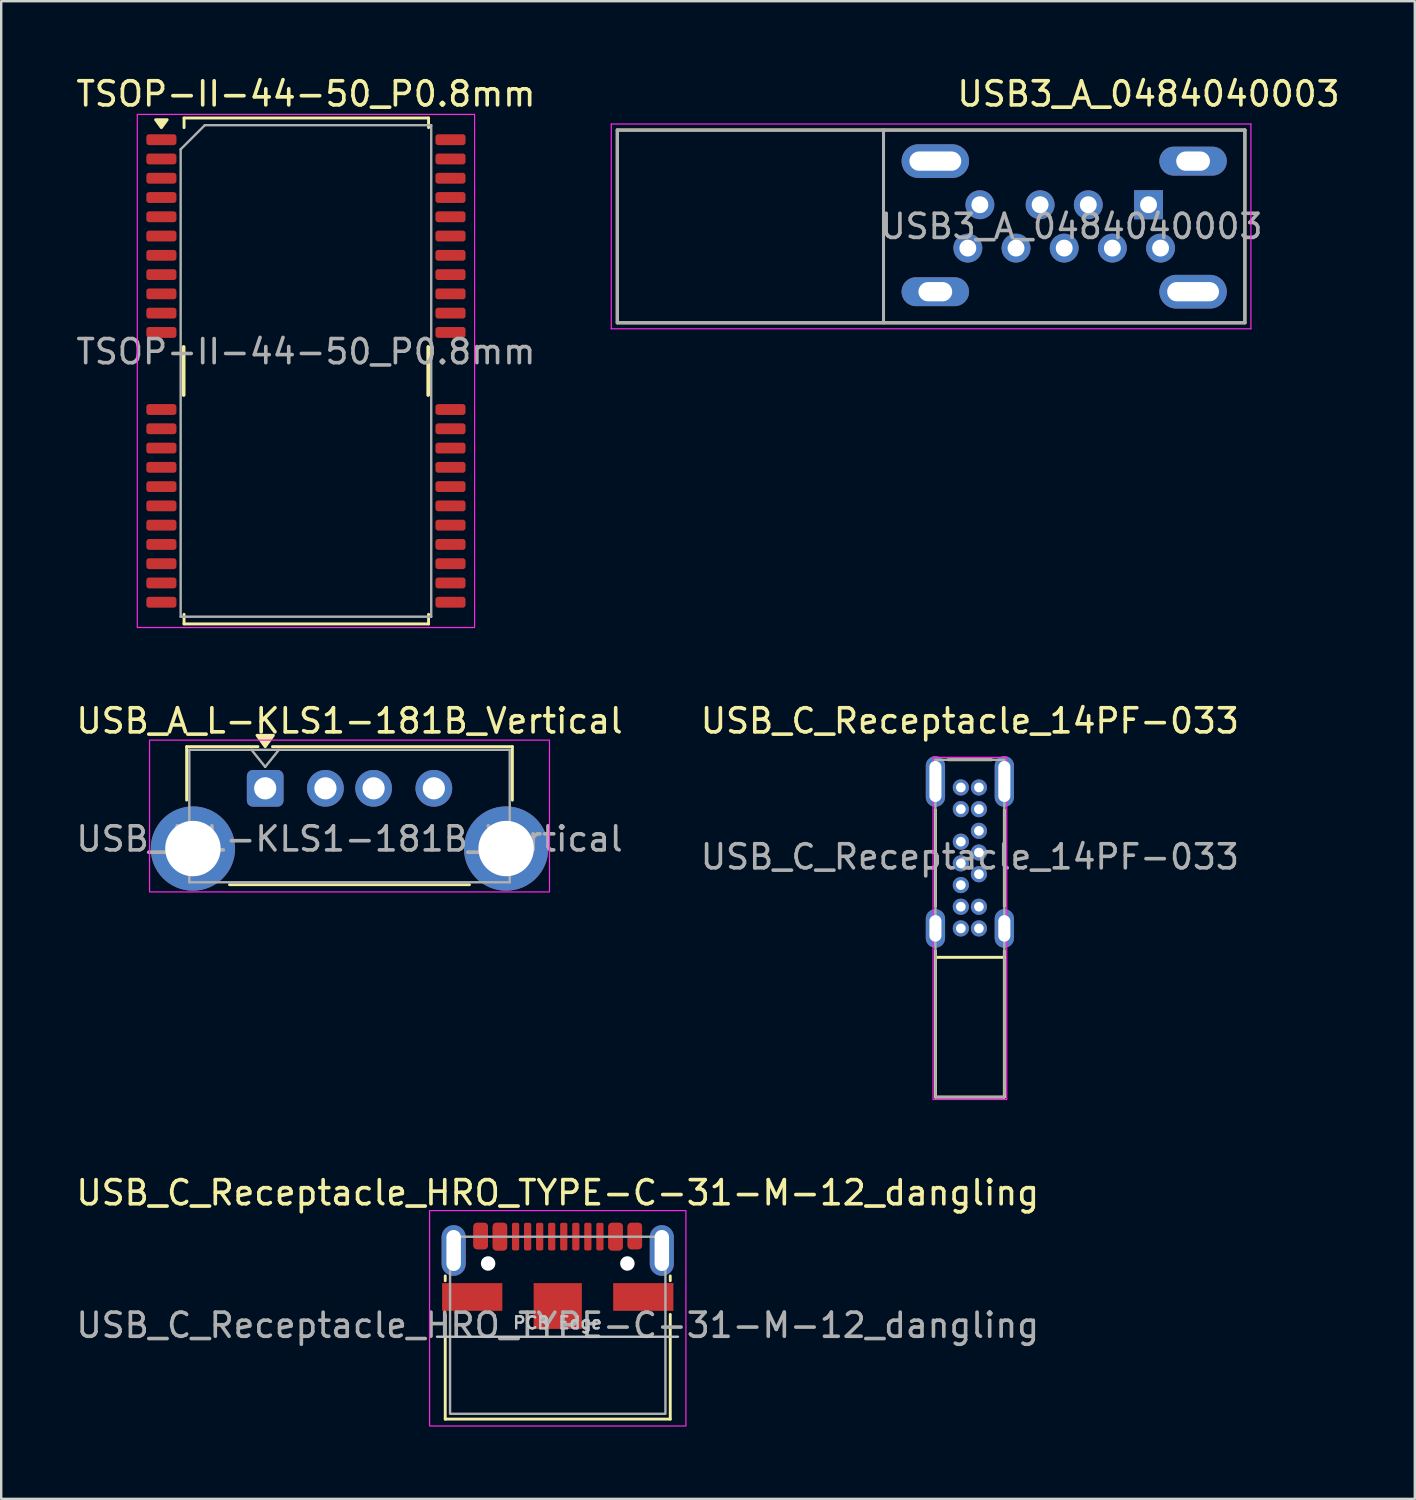
<source format=kicad_pcb>
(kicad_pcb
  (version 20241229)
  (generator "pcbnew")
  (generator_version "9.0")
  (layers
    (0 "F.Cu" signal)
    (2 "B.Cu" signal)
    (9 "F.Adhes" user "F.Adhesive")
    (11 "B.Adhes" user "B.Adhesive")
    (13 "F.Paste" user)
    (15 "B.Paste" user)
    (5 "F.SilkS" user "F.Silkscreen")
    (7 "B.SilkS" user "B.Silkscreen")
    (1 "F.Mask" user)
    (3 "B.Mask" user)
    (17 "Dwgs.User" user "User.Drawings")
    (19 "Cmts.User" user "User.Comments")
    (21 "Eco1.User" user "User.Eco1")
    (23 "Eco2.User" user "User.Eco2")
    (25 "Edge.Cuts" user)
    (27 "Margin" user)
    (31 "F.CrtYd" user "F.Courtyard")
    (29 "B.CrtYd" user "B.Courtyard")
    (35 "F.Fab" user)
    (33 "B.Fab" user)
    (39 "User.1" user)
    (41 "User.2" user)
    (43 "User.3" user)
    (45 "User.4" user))
  (footprint "USB_A_L-KLS1-181B_Vertical"
    (layer "F.Cu")
    (at 7.958 29.672)
    (property "Reference" "USB_A_L-KLS1-181B_Vertical" (at 3.5 -2.8 0) (layer "F.SilkS") (effects (font (size 1 1) (thickness 0.15))))
    (attr through_hole)
    (fp_line (start -3.26 -1.73) (end -0.3 -1.73) (stroke (width 0.12) (type solid)) (layer "F.SilkS"))
    (fp_line (start -3.26 0.49) (end -3.26 -1.73) (stroke (width 0.12) (type solid)) (layer "F.SilkS"))
    (fp_line (start -1.48 4) (end 8.48 4) (stroke (width 0.12) (type solid)) (layer "F.SilkS"))
    (fp_line (start 0.3 -1.73) (end 10.26 -1.73) (stroke (width 0.12) (type solid)) (layer "F.SilkS"))
    (fp_line (start 10.26 0.49) (end 10.26 -1.73) (stroke (width 0.12) (type solid)) (layer "F.SilkS"))
    (fp_poly (pts (xy 0 -1.73) (xy -0.34 -2.2) (xy 0.34 -2.2)) (stroke (width 0.12) (type solid)) (fill yes) (layer "F.SilkS"))
    (fp_rect (start -4.8 -2) (end 11.8 4.3) (stroke (width 0.05) (type default)) (fill no) (layer "F.CrtYd"))
    (fp_line (start -3.15 -1.6) (end -3.15 3.9) (stroke (width 0.1) (type solid)) (layer "F.Fab"))
    (fp_line (start -3.15 -1.6) (end 10.15 -1.6) (stroke (width 0.1) (type solid)) (layer "F.Fab"))
    (fp_line (start -3.15 3.9) (end 10.15 3.9) (stroke (width 0.1) (type solid)) (layer "F.Fab"))
    (fp_line (start -0.57 -1.6) (end 0 -0.89) (stroke (width 0.1) (type default)) (layer "F.Fab"))
    (fp_line (start 0.57 -1.6) (end 0 -0.89) (stroke (width 0.1) (type default)) (layer "F.Fab"))
    (fp_line (start 10.15 -1.6) (end 10.15 3.9) (stroke (width 0.1) (type solid)) (layer "F.Fab"))
    (fp_text user "${REFERENCE}" (at 3.5 2.1 0) (layer "F.Fab") (effects (font (size 1 1) (thickness 0.15))))
    (pad "1" thru_hole roundrect (at 0 0) (size 1.524 1.524) (drill 0.92) (layers "*.Cu" "*.Mask") (roundrect_rratio 0.164))
    (pad "2" thru_hole circle (at 2.5 0) (size 1.524 1.524) (drill 0.92) (layers "*.Cu" "*.Mask"))
    (pad "3" thru_hole circle (at 4.5 0) (size 1.524 1.524) (drill 0.92) (layers "*.Cu" "*.Mask"))
    (pad "4" thru_hole circle (at 7 0) (size 1.524 1.524) (drill 0.92) (layers "*.Cu" "*.Mask"))
    (pad "5" thru_hole circle (at -3 2.5) (size 3.5 3.5) (drill 2.3) (layers "*.Cu" "*.Mask"))
    (pad "5" thru_hole circle (at 10 2.5) (size 3.5 3.5) (drill 2.3) (layers "*.Cu" "*.Mask")))
  (footprint "USB_C_Receptacle_HRO_TYPE-C-31-M-12_dangling"
    (layer "F.Cu")
    (at 20.101 51.96)
    (property "Reference" "USB_C_Receptacle_HRO_TYPE-C-31-M-12_dangling" (at 0 -5.5 0) (unlocked yes) (layer "F.SilkS") (effects (font (size 1 1) (thickness 0.15))))
    (attr smd)
    (fp_line (start -4.67 -2.05) (end -4.67 -1.85) (stroke (width 0.12) (type default)) (layer "F.SilkS"))
    (fp_line (start -4.67 3.895) (end -4.67 -0.45) (stroke (width 0.12) (type solid)) (layer "F.SilkS"))
    (fp_line (start -4.67 3.895) (end 4.67 3.895) (stroke (width 0.12) (type solid)) (layer "F.SilkS"))
    (fp_line (start 4.67 -2.05) (end 4.67 -1.85) (stroke (width 0.12) (type default)) (layer "F.SilkS"))
    (fp_line (start 4.67 3.895) (end 4.67 -0.45) (stroke (width 0.12) (type solid)) (layer "F.SilkS"))
    (fp_line (start 4.99 0.475) (end -5.01 0.475) (stroke (width 0.1) (type solid)) (layer "Dwgs.User"))
    (fp_rect (start -5.32 -4.76) (end 5.32 4.18) (stroke (width 0.05) (type solid)) (fill no) (layer "F.CrtYd"))
    (fp_rect (start -4.47 -3.675) (end 4.47 3.675) (stroke (width 0.1) (type solid)) (fill no) (layer "F.Fab"))
    (fp_text user "PCB Edge" (at -0.01 -0.1 0) (unlocked yes) (layer "Dwgs.User") (effects (font (size 0.5 0.5) (thickness 0.1))))
    (fp_text user "${REFERENCE}" (at 0 0 0) (unlocked yes) (layer "F.Fab") (effects (font (size 1 1) (thickness 0.15))))
    (pad "" np_thru_hole circle (at -2.89 -2.565) (size 0.6 0.6) (drill 0.6) (layers "*.Cu" "*.Mask"))
    (pad "" np_thru_hole circle (at 2.89 -2.565) (size 0.6 0.6) (drill 0.6) (layers "*.Cu" "*.Mask"))
    (pad "A1" smd roundrect (at -3.2 -3.705) (size 0.6 1.1) (layers "F.Cu" "F.Mask" "F.Paste") (roundrect_rratio 0.25))
    (pad "A4" smd roundrect (at -2.4 -3.68) (size 0.6 1.15) (layers "F.Cu" "F.Mask" "F.Paste") (roundrect_rratio 0.25))
    (pad "A5" smd roundrect (at -1.25 -3.68) (size 0.3 1.15) (layers "F.Cu" "F.Mask" "F.Paste") (roundrect_rratio 0.25))
    (pad "A6" smd roundrect (at -0.25 -3.68) (size 0.3 1.15) (layers "F.Cu" "F.Mask" "F.Paste") (roundrect_rratio 0.25))
    (pad "A7" smd roundrect (at 0.25 -3.68) (size 0.3 1.15) (layers "F.Cu" "F.Mask" "F.Paste") (roundrect_rratio 0.25))
    (pad "A8" smd roundrect (at 1.25 -3.68) (size 0.3 1.15) (layers "F.Cu" "F.Mask" "F.Paste") (roundrect_rratio 0.25))
    (pad "A9" smd roundrect (at 2.4 -3.68) (size 0.6 1.15) (layers "F.Cu" "F.Mask" "F.Paste") (roundrect_rratio 0.25))
    (pad "A12" smd roundrect (at 3.2 -3.705) (size 0.6 1.1) (layers "F.Cu" "F.Mask" "F.Paste") (roundrect_rratio 0.25))
    (pad "B1" smd roundrect (at 3.2 -3.705) (size 0.6 1.1) (layers "F.Cu" "F.Mask" "F.Paste") (roundrect_rratio 0.25))
    (pad "B4" smd roundrect (at 2.4 -3.68) (size 0.6 1.15) (layers "F.Cu" "F.Mask" "F.Paste") (roundrect_rratio 0.25))
    (pad "B5" smd roundrect (at 1.75 -3.68) (size 0.3 1.15) (layers "F.Cu" "F.Mask" "F.Paste") (roundrect_rratio 0.25))
    (pad "B6" smd roundrect (at 0.75 -3.68) (size 0.3 1.15) (layers "F.Cu" "F.Mask" "F.Paste") (roundrect_rratio 0.25))
    (pad "B7" smd roundrect (at -0.75 -3.68) (size 0.3 1.15) (layers "F.Cu" "F.Mask" "F.Paste") (roundrect_rratio 0.25))
    (pad "B8" smd roundrect (at -1.75 -3.68) (size 0.3 1.15) (layers "F.Cu" "F.Mask" "F.Paste") (roundrect_rratio 0.25))
    (pad "B9" smd roundrect (at -2.4 -3.68) (size 0.6 1.15) (layers "F.Cu" "F.Mask" "F.Paste") (roundrect_rratio 0.25))
    (pad "B12" smd roundrect (at -3.2 -3.705) (size 0.6 1.1) (layers "F.Cu" "F.Mask" "F.Paste") (roundrect_rratio 0.25))
    (pad "S1" thru_hole oval (at -4.32 -3.105) (size 1 2.1) (drill oval 0.6 1.7) (layers "*.Cu" "*.Mask" "F.Paste"))
    (pad "S1" smd rect (at -3.55 -1.175) (size 2.5 1.15) (layers "F.Cu" "F.Mask" "F.Paste"))
    (pad "S1" smd rect (at 0 -0.8) (size 2 1.9) (layers "F.Cu" "F.Mask" "F.Paste"))
    (pad "S1" smd rect (at 3.55 -1.175) (size 2.5 1.15) (layers "F.Cu" "F.Mask" "F.Paste"))
    (pad "S1" thru_hole oval (at 4.32 -3.105) (size 1 2.1) (drill oval 0.6 1.7) (layers "*.Cu" "*.Mask" "F.Paste")))
  (footprint "USB_C_Receptacle_14PF-033"
    (layer "F.Cu")
    (at 37.208 32.517)
    (property "Reference" "USB_C_Receptacle_14PF-033" (at 0 -5.645 0) (layer "F.SilkS") (effects (font (size 1 1) (thickness 0.15))))
    (attr through_hole)
    (fp_line (start -1.43 -1.95) (end -1.43 2.05) (stroke (width 0.12) (type solid)) (layer "F.SilkS"))
    (fp_line (start -1.43 3.9) (end -1.43 9.97) (stroke (width 0.12) (type solid)) (layer "F.SilkS"))
    (fp_line (start -1.43 4.17) (end 1.43 4.17) (stroke (width 0.12) (type solid)) (layer "F.SilkS"))
    (fp_line (start -1.43 9.97) (end 1.43 9.97) (stroke (width 0.12) (type solid)) (layer "F.SilkS"))
    (fp_line (start -0.9 -4.03) (end 0.9 -4.03) (stroke (width 0.12) (type solid)) (layer "F.SilkS"))
    (fp_line (start 1.43 -1.95) (end 1.43 2.05) (stroke (width 0.12) (type solid)) (layer "F.SilkS"))
    (fp_line (start 1.43 3.9) (end 1.43 9.97) (stroke (width 0.12) (type solid)) (layer "F.SilkS"))
    (fp_rect (start -1.53 -4.13) (end 1.53 10.07) (stroke (width 0.05) (type default)) (fill no) (layer "F.CrtYd"))
    (fp_rect (start -1.43 -4.03) (end 1.43 9.97) (stroke (width 0.1) (type default)) (fill no) (layer "F.Fab"))
    (fp_text user "${REFERENCE}" (at 0 0 0) (layer "F.Fab") (effects (font (size 1 1) (thickness 0.15))))
    (pad "A1" thru_hole circle (at -0.375 2.97) (size 0.67 0.67) (drill 0.4) (layers "*.Cu" "*.Mask"))
    (pad "A4" thru_hole circle (at -0.375 2.07) (size 0.67 0.67) (drill 0.4) (layers "*.Cu" "*.Mask"))
    (pad "A5" thru_hole circle (at -0.375 1.17) (size 0.67 0.67) (drill 0.4) (layers "*.Cu" "*.Mask"))
    (pad "A6" thru_hole circle (at -0.375 0.27) (size 0.67 0.67) (drill 0.4) (layers "*.Cu" "*.Mask"))
    (pad "A7" thru_hole circle (at -0.375 -0.63) (size 0.67 0.67) (drill 0.4) (layers "*.Cu" "*.Mask"))
    (pad "A9" thru_hole circle (at -0.375 -1.98) (size 0.67 0.67) (drill 0.4) (layers "*.Cu" "*.Mask"))
    (pad "A12" thru_hole circle (at -0.375 -2.88) (size 0.67 0.67) (drill 0.4) (layers "*.Cu" "*.Mask"))
    (pad "B1" thru_hole circle (at 0.375 -2.88) (size 0.67 0.67) (drill 0.4) (layers "*.Cu" "*.Mask"))
    (pad "B4" thru_hole circle (at 0.375 -1.98) (size 0.67 0.67) (drill 0.4) (layers "*.Cu" "*.Mask"))
    (pad "B5" thru_hole circle (at 0.375 -1.08) (size 0.67 0.67) (drill 0.4) (layers "*.Cu" "*.Mask"))
    (pad "B6" thru_hole circle (at 0.375 -0.18) (size 0.67 0.67) (drill 0.4) (layers "*.Cu" "*.Mask"))
    (pad "B7" thru_hole circle (at 0.375 0.72) (size 0.67 0.67) (drill 0.4) (layers "*.Cu" "*.Mask"))
    (pad "B9" thru_hole circle (at 0.375 2.07) (size 0.67 0.67) (drill 0.4) (layers "*.Cu" "*.Mask"))
    (pad "B12" thru_hole circle (at 0.375 2.97) (size 0.67 0.67) (drill 0.4) (layers "*.Cu" "*.Mask"))
    (pad "S1" thru_hole oval (at -1.43 -3.13) (size 0.8 2.1) (drill oval 0.5 1.7) (layers "*.Cu" "*.Mask"))
    (pad "S1" thru_hole oval (at -1.43 2.97) (size 0.8 1.6) (drill oval 0.5 1.1) (layers "*.Cu" "*.Mask"))
    (pad "S1" thru_hole oval (at 1.43 -3.13) (size 0.8 2.1) (drill oval 0.5 1.7) (layers "*.Cu" "*.Mask"))
    (pad "S1" thru_hole oval (at 1.43 2.97) (size 0.8 1.6) (drill oval 0.5 1.1) (layers "*.Cu" "*.Mask")))
  (footprint "TSOP-II-44-50_P0.8mm"
    (layer "F.Cu")
    (at 9.649 12.348)
    (property "Reference" "TSOP-II-44-50_P0.8mm" (at 0 -11.5 0) (unlocked yes) (layer "F.SilkS") (effects (font (size 1 1) (thickness 0.15))))
    (attr smd)
    (fp_line (start -5.075 -1) (end -5.075 1) (stroke (width 0.15) (type default)) (layer "F.SilkS"))
    (fp_line (start -5.06 -10.5) (end -5.06 -10.1) (stroke (width 0.12) (type default)) (layer "F.SilkS"))
    (fp_line (start -5.06 10.5) (end -5.06 10.1) (stroke (width 0.12) (type default)) (layer "F.SilkS"))
    (fp_line (start 5.075 -1) (end 5.075 1) (stroke (width 0.15) (type default)) (layer "F.SilkS"))
    (fp_line (start 5.09 -10.5) (end -5.06 -10.5) (stroke (width 0.12) (type solid)) (layer "F.SilkS"))
    (fp_line (start 5.09 -10.5) (end 5.09 -10.1) (stroke (width 0.12) (type default)) (layer "F.SilkS"))
    (fp_line (start 5.09 10.1) (end 5.09 10.5) (stroke (width 0.12) (type default)) (layer "F.SilkS"))
    (fp_line (start 5.09 10.5) (end -5.06 10.5) (stroke (width 0.12) (type solid)) (layer "F.SilkS"))
    (fp_poly (pts (xy -6 -10.1) (xy -5.76 -10.43) (xy -6.24 -10.43) (xy -6 -10.1)) (stroke (width 0.12) (type solid)) (fill yes) (layer "F.SilkS"))
    (fp_rect (start -7 -10.65) (end 7 10.65) (stroke (width 0.05) (type default)) (fill no) (layer "F.CrtYd"))
    (fp_line (start -5.2 -9.2) (end -4.2 -10.2) (stroke (width 0.1) (type solid)) (layer "F.Fab"))
    (fp_line (start -5.2 10.2) (end -5.2 -9.2) (stroke (width 0.1) (type solid)) (layer "F.Fab"))
    (fp_line (start -5.2 10.2) (end 5.2 10.2) (stroke (width 0.1) (type solid)) (layer "F.Fab"))
    (fp_line (start -4.2 -10.2) (end 5.2 -10.2) (stroke (width 0.1) (type solid)) (layer "F.Fab"))
    (fp_line (start 5.2 -10.2) (end 5.2 10.2) (stroke (width 0.1) (type solid)) (layer "F.Fab"))
    (fp_text user "${REFERENCE}" (at 0 -0.8 0) (unlocked yes) (layer "F.Fab") (effects (font (size 1 1) (thickness 0.15))))
    (pad "1" smd roundrect (at -6 -9.6) (size 1.25 0.45) (layers "F.Cu" "F.Mask" "F.Paste") (roundrect_rratio 0.25))
    (pad "2" smd roundrect (at -6 -8.8) (size 1.25 0.45) (layers "F.Cu" "F.Mask" "F.Paste") (roundrect_rratio 0.25))
    (pad "3" smd roundrect (at -6 -8) (size 1.25 0.45) (layers "F.Cu" "F.Mask" "F.Paste") (roundrect_rratio 0.25))
    (pad "4" smd roundrect (at -6 -7.2) (size 1.25 0.45) (layers "F.Cu" "F.Mask" "F.Paste") (roundrect_rratio 0.25))
    (pad "5" smd roundrect (at -6 -6.4) (size 1.25 0.45) (layers "F.Cu" "F.Mask" "F.Paste") (roundrect_rratio 0.25))
    (pad "6" smd roundrect (at -6 -5.6) (size 1.25 0.45) (layers "F.Cu" "F.Mask" "F.Paste") (roundrect_rratio 0.25))
    (pad "7" smd roundrect (at -6 -4.8) (size 1.25 0.45) (layers "F.Cu" "F.Mask" "F.Paste") (roundrect_rratio 0.25))
    (pad "8" smd roundrect (at -6 -4) (size 1.25 0.45) (layers "F.Cu" "F.Mask" "F.Paste") (roundrect_rratio 0.25))
    (pad "9" smd roundrect (at -6 -3.2) (size 1.25 0.45) (layers "F.Cu" "F.Mask" "F.Paste") (roundrect_rratio 0.25))
    (pad "10" smd roundrect (at -6 -2.4) (size 1.25 0.45) (layers "F.Cu" "F.Mask" "F.Paste") (roundrect_rratio 0.25))
    (pad "11" smd roundrect (at -6 -1.6) (size 1.25 0.45) (layers "F.Cu" "F.Mask" "F.Paste") (roundrect_rratio 0.25))
    (pad "15" smd roundrect (at -6 1.6) (size 1.25 0.45) (layers "F.Cu" "F.Mask" "F.Paste") (roundrect_rratio 0.25))
    (pad "16" smd roundrect (at -6 2.4) (size 1.25 0.45) (layers "F.Cu" "F.Mask" "F.Paste") (roundrect_rratio 0.25))
    (pad "17" smd roundrect (at -6 3.2) (size 1.25 0.45) (layers "F.Cu" "F.Mask" "F.Paste") (roundrect_rratio 0.25))
    (pad "18" smd roundrect (at -6 4) (size 1.25 0.45) (layers "F.Cu" "F.Mask" "F.Paste") (roundrect_rratio 0.25))
    (pad "19" smd roundrect (at -6 4.8) (size 1.25 0.45) (layers "F.Cu" "F.Mask" "F.Paste") (roundrect_rratio 0.25))
    (pad "20" smd roundrect (at -6 5.6) (size 1.25 0.45) (layers "F.Cu" "F.Mask" "F.Paste") (roundrect_rratio 0.25))
    (pad "21" smd roundrect (at -6 6.4) (size 1.25 0.45) (layers "F.Cu" "F.Mask" "F.Paste") (roundrect_rratio 0.25))
    (pad "22" smd roundrect (at -6 7.2) (size 1.25 0.45) (layers "F.Cu" "F.Mask" "F.Paste") (roundrect_rratio 0.25))
    (pad "23" smd roundrect (at -6 8) (size 1.25 0.45) (layers "F.Cu" "F.Mask" "F.Paste") (roundrect_rratio 0.25))
    (pad "24" smd roundrect (at -6 8.8) (size 1.25 0.45) (layers "F.Cu" "F.Mask" "F.Paste") (roundrect_rratio 0.25))
    (pad "25" smd roundrect (at -6 9.6) (size 1.25 0.45) (layers "F.Cu" "F.Mask" "F.Paste") (roundrect_rratio 0.25))
    (pad "26" smd roundrect (at 6 9.6) (size 1.25 0.45) (layers "F.Cu" "F.Mask" "F.Paste") (roundrect_rratio 0.25))
    (pad "27" smd roundrect (at 6 8.8) (size 1.25 0.45) (layers "F.Cu" "F.Mask" "F.Paste") (roundrect_rratio 0.25))
    (pad "28" smd roundrect (at 6 8) (size 1.25 0.45) (layers "F.Cu" "F.Mask" "F.Paste") (roundrect_rratio 0.25))
    (pad "29" smd roundrect (at 6 7.2) (size 1.25 0.45) (layers "F.Cu" "F.Mask" "F.Paste") (roundrect_rratio 0.25))
    (pad "30" smd roundrect (at 6 6.4) (size 1.25 0.45) (layers "F.Cu" "F.Mask" "F.Paste") (roundrect_rratio 0.25))
    (pad "31" smd roundrect (at 6 5.6) (size 1.25 0.45) (layers "F.Cu" "F.Mask" "F.Paste") (roundrect_rratio 0.25))
    (pad "32" smd roundrect (at 6 4.8) (size 1.25 0.45) (layers "F.Cu" "F.Mask" "F.Paste") (roundrect_rratio 0.25))
    (pad "33" smd roundrect (at 6 4) (size 1.25 0.45) (layers "F.Cu" "F.Mask" "F.Paste") (roundrect_rratio 0.25))
    (pad "34" smd roundrect (at 6 3.2) (size 1.25 0.45) (layers "F.Cu" "F.Mask" "F.Paste") (roundrect_rratio 0.25))
    (pad "35" smd roundrect (at 6 2.4) (size 1.25 0.45) (layers "F.Cu" "F.Mask" "F.Paste") (roundrect_rratio 0.25))
    (pad "36" smd roundrect (at 6 1.6) (size 1.25 0.45) (layers "F.Cu" "F.Mask" "F.Paste") (roundrect_rratio 0.25))
    (pad "40" smd roundrect (at 6 -1.6) (size 1.25 0.45) (layers "F.Cu" "F.Mask" "F.Paste") (roundrect_rratio 0.25))
    (pad "41" smd roundrect (at 6 -2.4) (size 1.25 0.45) (layers "F.Cu" "F.Mask" "F.Paste") (roundrect_rratio 0.25))
    (pad "42" smd roundrect (at 6 -3.2) (size 1.25 0.45) (layers "F.Cu" "F.Mask" "F.Paste") (roundrect_rratio 0.25))
    (pad "43" smd roundrect (at 6 -4) (size 1.25 0.45) (layers "F.Cu" "F.Mask" "F.Paste") (roundrect_rratio 0.25))
    (pad "44" smd roundrect (at 6 -4.8) (size 1.25 0.45) (layers "F.Cu" "F.Mask" "F.Paste") (roundrect_rratio 0.25))
    (pad "45" smd roundrect (at 6 -5.6) (size 1.25 0.45) (layers "F.Cu" "F.Mask" "F.Paste") (roundrect_rratio 0.25))
    (pad "46" smd roundrect (at 6 -6.4) (size 1.25 0.45) (layers "F.Cu" "F.Mask" "F.Paste") (roundrect_rratio 0.25))
    (pad "47" smd roundrect (at 6 -7.2) (size 1.25 0.45) (layers "F.Cu" "F.Mask" "F.Paste") (roundrect_rratio 0.25))
    (pad "48" smd roundrect (at 6 -8) (size 1.25 0.45) (layers "F.Cu" "F.Mask" "F.Paste") (roundrect_rratio 0.25))
    (pad "49" smd roundrect (at 6 -8.8) (size 1.25 0.45) (layers "F.Cu" "F.Mask" "F.Paste") (roundrect_rratio 0.25))
    (pad "50" smd roundrect (at 6 -9.6) (size 1.25 0.45) (layers "F.Cu" "F.Mask" "F.Paste") (roundrect_rratio 0.25)))
  (footprint "USB3_A_0484040003"
    (layer "F.Cu")
    (at 44.623 5.448)
    (property "Reference" "USB3_A_0484040003" (at 0 -4.6 0) (unlocked yes) (layer "F.SilkS") (effects (font (size 1 1) (thickness 0.15))))
    (attr through_hole)
    (fp_line (start -22.05 -3.1) (end 4 -3.1) (stroke (width 0.127) (type solid)) (layer "F.SilkS"))
    (fp_line (start -22.05 4.9) (end -22.05 -3.1) (stroke (width 0.127) (type solid)) (layer "F.SilkS"))
    (fp_line (start 4 -3.1) (end 4 4.9) (stroke (width 0.127) (type solid)) (layer "F.SilkS"))
    (fp_line (start 4 4.9) (end -22.05 4.9) (stroke (width 0.127) (type solid)) (layer "F.SilkS"))
    (fp_line (start -22.3 -3.35) (end -22.3 5.15) (stroke (width 0.05) (type solid)) (layer "F.CrtYd"))
    (fp_line (start -22.3 5.15) (end 4.25 5.15) (stroke (width 0.05) (type solid)) (layer "F.CrtYd"))
    (fp_line (start 4.25 -3.35) (end -22.3 -3.35) (stroke (width 0.05) (type solid)) (layer "F.CrtYd"))
    (fp_line (start 4.25 5.15) (end 4.25 -3.35) (stroke (width 0.05) (type solid)) (layer "F.CrtYd"))
    (fp_line (start -22.05 -3.1) (end -11 -3.1) (stroke (width 0.127) (type solid)) (layer "F.Fab"))
    (fp_line (start -22.05 4.9) (end -22.05 -3.1) (stroke (width 0.127) (type solid)) (layer "F.Fab"))
    (fp_line (start -11 -3.1) (end 4 -3.1) (stroke (width 0.127) (type solid)) (layer "F.Fab"))
    (fp_line (start -11 4.9) (end -22.05 4.9) (stroke (width 0.127) (type solid)) (layer "F.Fab"))
    (fp_line (start -11 4.9) (end -11 -3.1) (stroke (width 0.127) (type solid)) (layer "F.Fab"))
    (fp_line (start 4 -3.1) (end 4 4.9) (stroke (width 0.127) (type solid)) (layer "F.Fab"))
    (fp_line (start 4 4.9) (end -11 4.9) (stroke (width 0.127) (type solid)) (layer "F.Fab"))
    (fp_text user "${REFERENCE}" (at -3.2 0.9 0) (unlocked yes) (layer "F.Fab") (effects (font (size 1 1) (thickness 0.15))))
    (pad "1" thru_hole rect (at 0 0 180) (size 1.2 1.208) (drill 0.7) (layers "*.Cu" "*.Mask"))
    (pad "2" thru_hole circle (at -2.5 0 180) (size 1.2 1.2) (drill 0.7) (layers "*.Cu" "*.Mask"))
    (pad "3" thru_hole circle (at -4.5 0 180) (size 1.2 1.2) (drill 0.7) (layers "*.Cu" "*.Mask"))
    (pad "4" thru_hole circle (at -7 0 180) (size 1.2 1.2) (drill 0.7) (layers "*.Cu" "*.Mask"))
    (pad "5" thru_hole circle (at -7.5 1.8 180) (size 1.2 1.2) (drill 0.7) (layers "*.Cu" "*.Mask"))
    (pad "6" thru_hole circle (at -5.5 1.8 180) (size 1.2 1.2) (drill 0.7) (layers "*.Cu" "*.Mask"))
    (pad "7" thru_hole circle (at -3.5 1.8 180) (size 1.2 1.2) (drill 0.7) (layers "*.Cu" "*.Mask"))
    (pad "8" thru_hole circle (at -1.5 1.8 180) (size 1.2 1.2) (drill 0.7) (layers "*.Cu" "*.Mask"))
    (pad "9" thru_hole circle (at 0.5 1.8 180) (size 1.2 1.2) (drill 0.7) (layers "*.Cu" "*.Mask"))
    (pad "10" thru_hole oval (at -8.85 -1.81 180) (size 2.8 1.4) (drill oval 2.15 0.8) (layers "*.Cu" "*.Mask"))
    (pad "10" thru_hole oval (at -8.85 3.61 180) (size 2.8 1.2) (drill oval 1.4 0.8) (layers "*.Cu" "*.Mask"))
    (pad "10" thru_hole oval (at 1.85 -1.81 180) (size 2.8 1.2) (drill oval 1.4 0.8) (layers "*.Cu" "*.Mask"))
    (pad "10" thru_hole oval (at 1.85 3.61 180) (size 2.8 1.4) (drill oval 2.15 0.8) (layers "*.Cu" "*.Mask")))
  (gr_rect
    (start -3 -3)
    (end 55.676 59.165)
    (stroke (width 0.1) (type default))
    (fill no)
    (layer "Edge.Cuts")))
</source>
